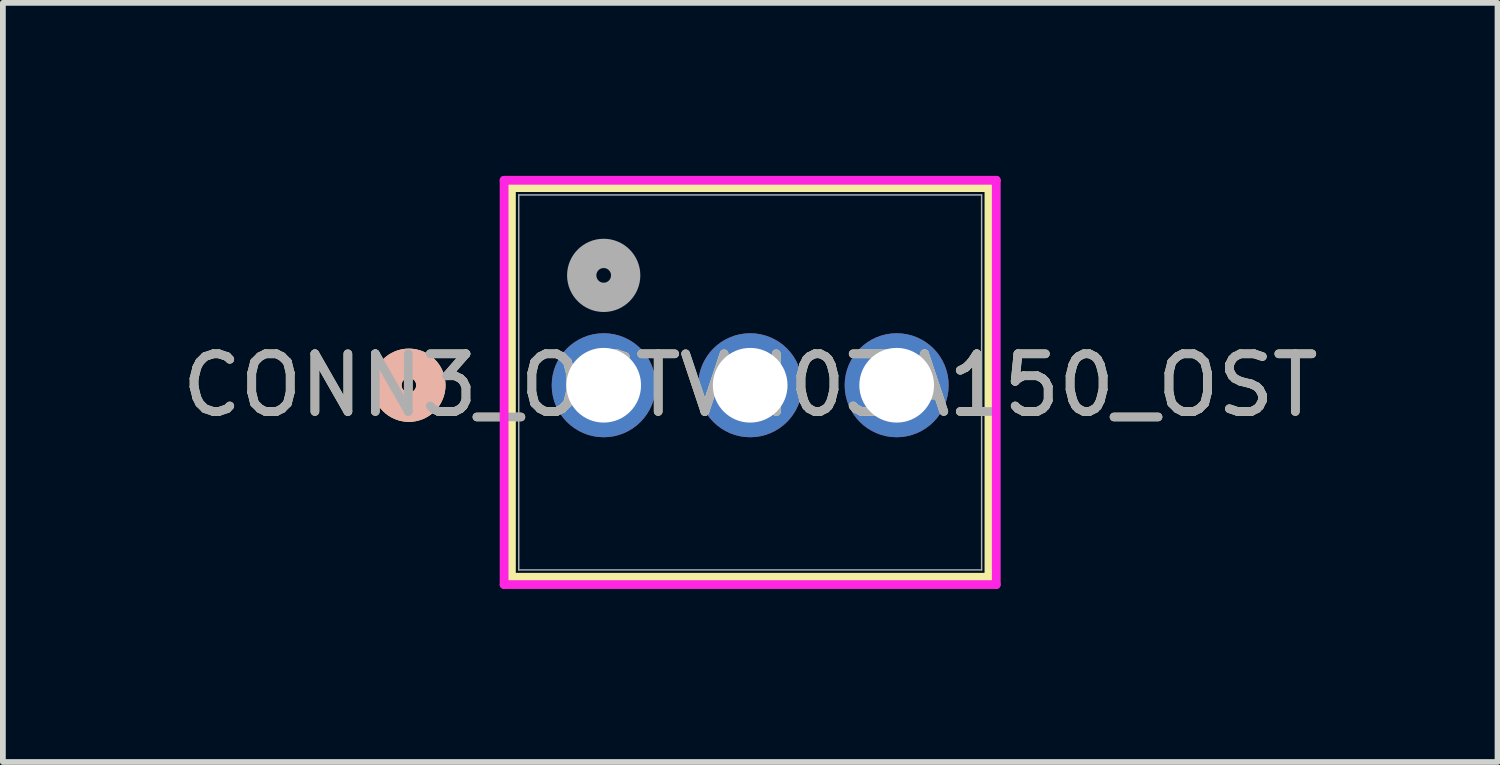
<source format=kicad_pcb>
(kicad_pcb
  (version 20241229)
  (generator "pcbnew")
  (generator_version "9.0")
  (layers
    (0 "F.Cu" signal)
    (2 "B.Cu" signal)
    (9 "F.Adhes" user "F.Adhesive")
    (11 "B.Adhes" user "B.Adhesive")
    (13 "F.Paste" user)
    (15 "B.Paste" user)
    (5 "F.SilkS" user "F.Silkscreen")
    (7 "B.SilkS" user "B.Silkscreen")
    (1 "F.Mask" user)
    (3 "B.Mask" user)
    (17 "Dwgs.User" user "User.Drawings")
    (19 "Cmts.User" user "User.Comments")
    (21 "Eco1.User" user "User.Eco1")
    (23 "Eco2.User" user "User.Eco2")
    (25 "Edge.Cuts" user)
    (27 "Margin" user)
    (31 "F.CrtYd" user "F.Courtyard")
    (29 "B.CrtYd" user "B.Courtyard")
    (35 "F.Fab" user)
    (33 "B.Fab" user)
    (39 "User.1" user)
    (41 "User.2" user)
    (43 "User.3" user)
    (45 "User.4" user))
  (footprint "CONN3_OSTVN03A150_OST"
    (layer "F.Cu")
    (at 7.418 3.63)
    (property "Reference" "CONN3_OSTVN03A150_OST" (at 2.54 0 0) (unlocked yes) (layer "F.SilkS") (effects (font (size 1 1) (thickness 0.15))))
    (attr through_hole)
    (fp_line (start -1.6 -3.427) (end -1.6 3.329) (stroke (width 0.152) (type solid)) (layer "F.SilkS"))
    (fp_line (start -1.6 3.329) (end 6.68 3.329) (stroke (width 0.152) (type solid)) (layer "F.SilkS"))
    (fp_line (start 6.68 -3.427) (end -1.6 -3.427) (stroke (width 0.152) (type solid)) (layer "F.SilkS"))
    (fp_line (start 6.68 3.329) (end 6.68 -3.427) (stroke (width 0.152) (type solid)) (layer "F.SilkS"))
    (fp_circle (center -3.378 0) (end -2.997 0) (stroke (width 0.508) (type solid)) (fill no) (layer "F.SilkS"))
    (fp_circle (center -3.378 0) (end -2.997 0) (stroke (width 0.508) (type solid)) (fill no) (layer "B.SilkS"))
    (fp_line (start -1.727 -3.554) (end -1.727 3.456) (stroke (width 0.152) (type solid)) (layer "F.CrtYd"))
    (fp_line (start -1.727 3.456) (end 6.807 3.456) (stroke (width 0.152) (type solid)) (layer "F.CrtYd"))
    (fp_line (start 6.807 -3.554) (end -1.727 -3.554) (stroke (width 0.152) (type solid)) (layer "F.CrtYd"))
    (fp_line (start 6.807 3.456) (end 6.807 -3.554) (stroke (width 0.152) (type solid)) (layer "F.CrtYd"))
    (fp_line (start -1.473 -3.3) (end -1.473 3.202) (stroke (width 0.025) (type solid)) (layer "F.Fab"))
    (fp_line (start -1.473 3.202) (end 6.553 3.202) (stroke (width 0.025) (type solid)) (layer "F.Fab"))
    (fp_line (start 6.553 -3.3) (end -1.473 -3.3) (stroke (width 0.025) (type solid)) (layer "F.Fab"))
    (fp_line (start 6.553 3.202) (end 6.553 -3.3) (stroke (width 0.025) (type solid)) (layer "F.Fab"))
    (fp_circle (center 0 -1.905) (end 0.381 -1.905) (stroke (width 0.508) (type solid)) (fill no) (layer "F.Fab"))
    (fp_text user "${REFERENCE}" (at 2.54 0 0) (unlocked yes) (layer "F.Fab") (effects (font (size 1 1) (thickness 0.15))))
    (pad "1" thru_hole circle (at 0 0) (size 1.803 1.803) (drill 1.295) (layers "*.Cu" "*.Mask"))
    (pad "2" thru_hole circle (at 2.54 0) (size 1.803 1.803) (drill 1.295) (layers "*.Cu" "*.Mask"))
    (pad "3" thru_hole circle (at 5.08 0) (size 1.803 1.803) (drill 1.295) (layers "*.Cu" "*.Mask")))
  (gr_rect
    (start -3 -3)
    (end 22.917 10.163)
    (stroke (width 0.1) (type default))
    (fill no)
    (layer "Edge.Cuts")))
</source>
